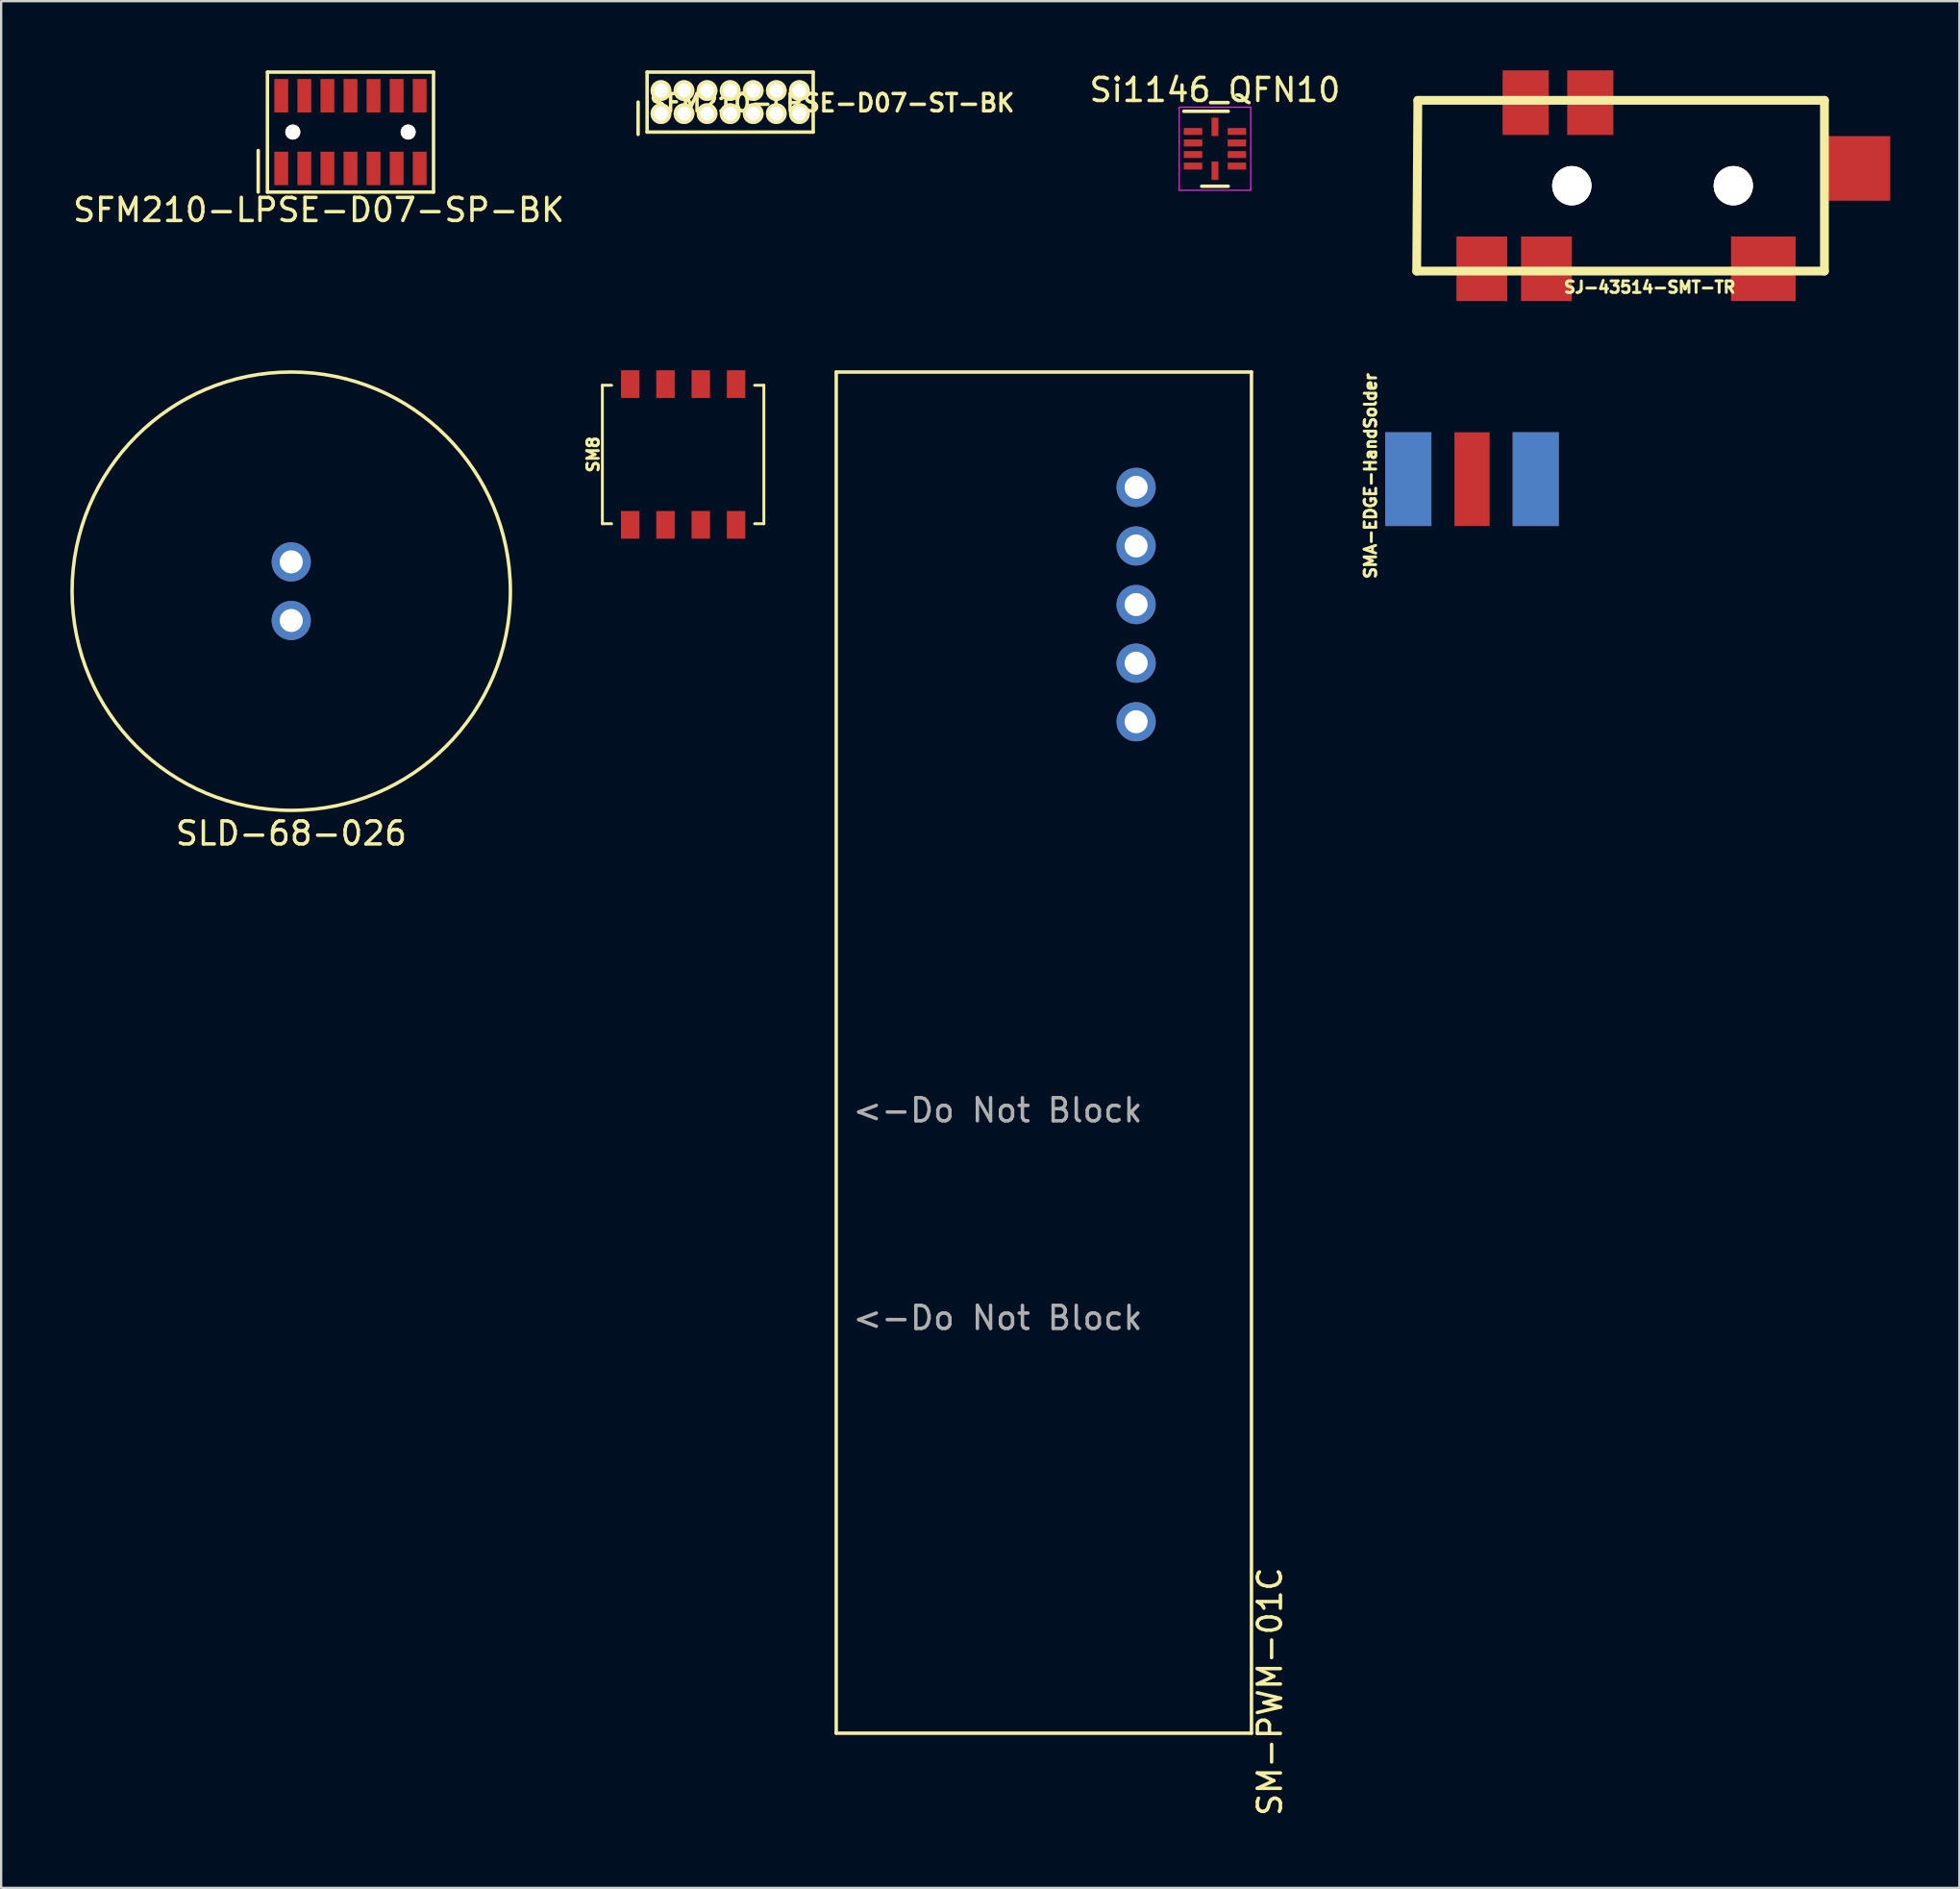
<source format=kicad_pcb>
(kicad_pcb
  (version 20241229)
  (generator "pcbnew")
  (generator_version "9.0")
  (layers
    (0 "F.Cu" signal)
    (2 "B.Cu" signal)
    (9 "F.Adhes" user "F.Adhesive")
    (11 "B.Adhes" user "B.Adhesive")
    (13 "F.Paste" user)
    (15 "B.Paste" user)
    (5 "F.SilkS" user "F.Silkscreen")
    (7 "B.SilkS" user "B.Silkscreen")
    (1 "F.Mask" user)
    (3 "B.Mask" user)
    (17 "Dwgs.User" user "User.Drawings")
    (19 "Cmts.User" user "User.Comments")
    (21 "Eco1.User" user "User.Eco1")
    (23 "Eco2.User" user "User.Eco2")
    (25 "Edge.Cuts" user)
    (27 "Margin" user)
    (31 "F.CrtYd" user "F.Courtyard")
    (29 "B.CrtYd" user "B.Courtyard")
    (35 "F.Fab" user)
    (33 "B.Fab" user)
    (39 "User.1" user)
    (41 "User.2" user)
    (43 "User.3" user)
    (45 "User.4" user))
  (footprint "SFM210-LPSE-D07-ST-BK"
    (layer "F.Cu")
    (at 28.601 1.375)
    (property "Reference" "SFM210-LPSE-D07-ST-BK" (at 4.42 0.04 0) (layer "F.SilkS") (effects (font (size 0.75 0.75) (thickness 0.15))))
    (attr through_hole)
    (fp_line (start -3.99 0) (end -3.99 1.4) (stroke (width 0.15) (type solid)) (layer "F.SilkS"))
    (fp_line (start -3.6 -1.3) (end -3.6 1.3) (stroke (width 0.15) (type solid)) (layer "F.SilkS"))
    (fp_line (start -3.6 1.3) (end 3.6 1.3) (stroke (width 0.15) (type solid)) (layer "F.SilkS"))
    (fp_line (start 3.6 -1.3) (end -3.6 -1.3) (stroke (width 0.15) (type solid)) (layer "F.SilkS"))
    (fp_line (start 3.6 1.3) (end 3.6 -1.3) (stroke (width 0.15) (type solid)) (layer "F.SilkS"))
    (pad "1" thru_hole circle (at -3 0.5) (size 0.9 0.9) (drill 0.6) (layers "*.Cu" "*.Mask" "F.SilkS"))
    (pad "2" thru_hole circle (at -3 -0.5) (size 0.9 0.9) (drill 0.6) (layers "*.Cu" "*.Mask" "F.SilkS"))
    (pad "3" thru_hole circle (at -2 0.5) (size 0.9 0.9) (drill 0.6) (layers "*.Cu" "*.Mask" "F.SilkS"))
    (pad "4" thru_hole circle (at -2 -0.5) (size 0.9 0.9) (drill 0.6) (layers "*.Cu" "*.Mask" "F.SilkS"))
    (pad "5" thru_hole circle (at -1 0.5) (size 0.9 0.9) (drill 0.6) (layers "*.Cu" "*.Mask" "F.SilkS"))
    (pad "6" thru_hole circle (at -1 -0.5) (size 0.9 0.9) (drill 0.6) (layers "*.Cu" "*.Mask" "F.SilkS"))
    (pad "7" thru_hole circle (at 0 0.5) (size 0.9 0.9) (drill 0.6) (layers "*.Cu" "*.Mask" "F.SilkS"))
    (pad "8" thru_hole circle (at 0 -0.5) (size 0.9 0.9) (drill 0.6) (layers "*.Cu" "*.Mask" "F.SilkS"))
    (pad "9" thru_hole circle (at 1 0.5) (size 0.9 0.9) (drill 0.6) (layers "*.Cu" "*.Mask" "F.SilkS"))
    (pad "10" thru_hole circle (at 1 -0.5) (size 0.9 0.9) (drill 0.6) (layers "*.Cu" "*.Mask" "F.SilkS"))
    (pad "11" thru_hole circle (at 2 0.5) (size 0.9 0.9) (drill 0.6) (layers "*.Cu" "*.Mask" "F.SilkS"))
    (pad "12" thru_hole circle (at 2 -0.5) (size 0.9 0.9) (drill 0.6) (layers "*.Cu" "*.Mask" "F.SilkS"))
    (pad "13" thru_hole circle (at 3 0.5) (size 0.9 0.9) (drill 0.6) (layers "*.Cu" "*.Mask" "F.SilkS"))
    (pad "14" thru_hole circle (at 3 -0.5) (size 0.9 0.9) (drill 0.6) (layers "*.Cu" "*.Mask" "F.SilkS")))
  (footprint "SM-PWM-01C"
    (layer "F.Cu")
    (at 46.199 18.075)
    (property "Reference" "SM-PWM-01C" (at 5.8 52.2 270) (layer "F.SilkS") (effects (font (size 1 1) (thickness 0.15))))
    (attr through_hole)
    (fp_line (start -13 -5) (end -13 54) (stroke (width 0.15) (type solid)) (layer "F.SilkS"))
    (fp_line (start -13 54) (end 5 54) (stroke (width 0.15) (type solid)) (layer "F.SilkS"))
    (fp_line (start 5 -5) (end -13 -5) (stroke (width 0.15) (type solid)) (layer "F.SilkS"))
    (fp_line (start 5 54) (end 5 -5) (stroke (width 0.15) (type solid)) (layer "F.SilkS"))
    (fp_text user "<-Do Not Block" (at -6 36 0) (layer "F.Fab") (effects (font (size 1 1) (thickness 0.15))))
    (fp_text user "<-Do Not Block" (at -6 27 0) (layer "F.Fab") (effects (font (size 1 1) (thickness 0.15))))
    (pad "1" thru_hole circle (at 0 0) (size 1.7 1.7) (drill 1) (layers "*.Cu" "*.Mask"))
    (pad "2" thru_hole circle (at 0 2.54) (size 1.7 1.7) (drill 1) (layers "*.Cu" "*.Mask"))
    (pad "3" thru_hole circle (at 0 5.08) (size 1.7 1.7) (drill 1) (layers "*.Cu" "*.Mask"))
    (pad "4" thru_hole circle (at 0 7.62) (size 1.7 1.7) (drill 1) (layers "*.Cu" "*.Mask"))
    (pad "5" thru_hole circle (at 0 10.16) (size 1.7 1.7) (drill 1) (layers "*.Cu" "*.Mask")))
  (footprint "Si1146_QFN10"
    (layer "F.Cu")
    (at 49.617 3.398)
    (property "Reference" "Si1146_QFN10" (at 0 -2.55 0) (layer "F.SilkS") (effects (font (size 1 1) (thickness 0.15))))
    (attr smd)
    (fp_line (start -1.35 -1.625) (end 0.575 -1.625) (stroke (width 0.15) (type solid)) (layer "F.SilkS"))
    (fp_line (start -0.575 1.625) (end 0.575 1.625) (stroke (width 0.15) (type solid)) (layer "F.SilkS"))
    (fp_line (start -1.55 -1.8) (end -1.55 1.8) (stroke (width 0.05) (type solid)) (layer "F.CrtYd"))
    (fp_line (start -1.55 -1.8) (end 1.55 -1.8) (stroke (width 0.05) (type solid)) (layer "F.CrtYd"))
    (fp_line (start -1.55 1.8) (end 1.55 1.8) (stroke (width 0.05) (type solid)) (layer "F.CrtYd"))
    (fp_line (start 1.55 -1.8) (end 1.55 1.8) (stroke (width 0.05) (type solid)) (layer "F.CrtYd"))
    (pad "1" smd rect (at -0.95 -0.75) (size 0.8 0.3) (layers "F.Cu" "F.Mask" "F.Paste"))
    (pad "2" smd rect (at -0.95 -0.25) (size 0.8 0.3) (layers "F.Cu" "F.Mask" "F.Paste"))
    (pad "3" smd rect (at -0.95 0.25) (size 0.8 0.3) (layers "F.Cu" "F.Mask" "F.Paste"))
    (pad "4" smd rect (at -0.95 0.75) (size 0.8 0.3) (layers "F.Cu" "F.Mask" "F.Paste"))
    (pad "5" smd rect (at 0 0.95) (size 0.3 0.8) (layers "F.Cu" "F.Mask" "F.Paste"))
    (pad "6" smd rect (at 0.95 0.75) (size 0.8 0.3) (layers "F.Cu" "F.Mask" "F.Paste"))
    (pad "7" smd rect (at 0.95 0.25) (size 0.8 0.3) (layers "F.Cu" "F.Mask" "F.Paste"))
    (pad "8" smd rect (at 0.95 -0.25) (size 0.8 0.3) (layers "F.Cu" "F.Mask" "F.Paste"))
    (pad "9" smd rect (at 0.95 -0.75) (size 0.8 0.3) (layers "F.Cu" "F.Mask" "F.Paste"))
    (pad "10" smd rect (at 0 -0.95) (size 0.3 0.8) (layers "F.Cu" "F.Mask" "F.Paste")))
  (footprint "SMA-EDGE-HandSolder"
    (layer "F.Cu")
    (at 60.76 17.718)
    (property "Reference" "SMA-EDGE-HandSolder" (at -4.4 -0.14 90) (layer "F.SilkS") (effects (font (size 0.5 0.5) (thickness 0.125))))
    (attr smd)
    (pad "GND" smd rect (at -2.762 0) (size 2 4.064) (layers "F.Cu" "F.Mask"))
    (pad "GND" smd rect (at -2.762 0) (size 2 4.064) (layers "B.Cu" "B.Mask"))
    (pad "GND" smd rect (at 2.762 0) (size 2 4.064) (layers "F.Cu" "F.Mask"))
    (pad "GND" smd rect (at 2.762 0) (size 2 4.064) (layers "B.Cu" "B.Mask"))
    (pad "SIG" smd rect (at 0 0) (size 1.524 4.064) (layers "F.Cu" "F.Mask")))
  (footprint "SLD-68-026"
    (layer "F.Cu")
    (at 9.575 22.575)
    (property "Reference" "SLD-68-026" (at 0 10.5 0) (layer "F.SilkS") (effects (font (size 1 1) (thickness 0.15))))
    (attr through_hole)
    (fp_circle (center 0 0) (end 9.5 0) (stroke (width 0.15) (type solid)) (fill no) (layer "F.SilkS"))
    (pad "1" thru_hole circle (at 0 -1.27) (size 1.7 1.7) (drill 1) (layers "*.Cu" "*.Mask"))
    (pad "2" thru_hole circle (at 0 1.27) (size 1.7 1.7) (drill 1) (layers "*.Cu" "*.Mask")))
  (footprint "SJ-43514-SMT-TR"
    (layer "F.Cu")
    (at 60.586 5)
    (property "Reference" "SJ-43514-SMT-TR" (at 7.875 4.4 0) (layer "F.SilkS") (effects (font (size 0.5 0.5) (thickness 0.125))))
    (attr through_hole)
    (fp_line (start -2.225 3.7) (end 15.45 3.7) (stroke (width 0.381) (type solid)) (layer "F.SilkS"))
    (fp_line (start -2.175 -3.7) (end -2.225 3.7) (stroke (width 0.381) (type solid)) (layer "F.SilkS"))
    (fp_line (start 15.45 -3.7) (end -2.175 -3.7) (stroke (width 0.381) (type solid)) (layer "F.SilkS"))
    (fp_line (start 15.45 3.7) (end 15.45 -3.7) (stroke (width 0.381) (type solid)) (layer "F.SilkS"))
    (pad "1" smd rect (at 0.6 3.6) (size 2.2 2.8) (layers "F.Cu" "F.Mask" "F.Paste"))
    (pad "2" smd rect (at 12.8 3.6) (size 2.8 2.8) (layers "F.Cu" "F.Mask" "F.Paste"))
    (pad "3" smd rect (at 5.3 -3.6) (size 2 2.8) (layers "F.Cu" "F.Mask" "F.Paste"))
    (pad "4" smd rect (at 3.4 3.6) (size 2.2 2.8) (layers "F.Cu" "F.Mask" "F.Paste"))
    (pad "5" smd rect (at 16.9 -0.75) (size 2.8 2.8) (layers "F.Cu" "F.Mask" "F.Paste"))
    (pad "6" smd rect (at 2.5 -3.6) (size 2 2.8) (layers "F.Cu" "F.Mask" "F.Paste"))
    (pad "NC" thru_hole circle (at 4.5 0) (size 1.7 1.7) (drill 1.7) (layers "*.Cu" "*.Mask" "F.SilkS"))
    (pad "NC" thru_hole circle (at 11.5 0) (size 1.7 1.7) (drill 1.7) (layers "*.Cu" "*.Mask" "F.SilkS")))
  (footprint "SM8"
    (layer "F.Cu")
    (at 26.562 16.65)
    (property "Reference" "SM8" (at -3.9 0 90) (layer "F.SilkS") (effects (font (size 0.5 0.5) (thickness 0.125))))
    (attr through_hole)
    (fp_line (start -3.5 -3) (end -3.5 3) (stroke (width 0.125) (type solid)) (layer "F.SilkS"))
    (fp_line (start -3.5 3) (end -3.1 3) (stroke (width 0.125) (type solid)) (layer "F.SilkS"))
    (fp_line (start -3.1 -3) (end -3.5 -3) (stroke (width 0.125) (type solid)) (layer "F.SilkS"))
    (fp_line (start 3.1 -3) (end 3.5 -3) (stroke (width 0.125) (type solid)) (layer "F.SilkS"))
    (fp_line (start 3.5 -3) (end 3.5 3) (stroke (width 0.125) (type solid)) (layer "F.SilkS"))
    (fp_line (start 3.5 3) (end 3.1 3) (stroke (width 0.125) (type solid)) (layer "F.SilkS"))
    (pad "1" smd rect (at -2.295 3.05) (size 0.8 1.2) (layers "F.Cu" "F.Mask" "F.Paste"))
    (pad "2" smd rect (at -0.765 3.05) (size 0.8 1.2) (layers "F.Cu" "F.Mask" "F.Paste"))
    (pad "3" smd rect (at 0.765 3.05) (size 0.8 1.2) (layers "F.Cu" "F.Mask" "F.Paste"))
    (pad "4" smd rect (at 2.295 3.05) (size 0.8 1.2) (layers "F.Cu" "F.Mask" "F.Paste"))
    (pad "5" smd rect (at 2.295 -3.05) (size 0.8 1.2) (layers "F.Cu" "F.Mask" "F.Paste"))
    (pad "6" smd rect (at 0.765 -3.05) (size 0.8 1.2) (layers "F.Cu" "F.Mask" "F.Paste"))
    (pad "7" smd rect (at -0.765 -3.05) (size 0.8 1.2) (layers "F.Cu" "F.Mask" "F.Paste"))
    (pad "8" smd rect (at -2.295 -3.05) (size 0.8 1.2) (layers "F.Cu" "F.Mask" "F.Paste")))
  (footprint "SFM210-LPSE-D07-SP-BK"
    (layer "F.Cu")
    (at 12.143 2.675)
    (property "Reference" "SFM210-LPSE-D07-SP-BK" (at -1.375 3.375 0) (layer "F.SilkS") (effects (font (size 1 1) (thickness 0.15))))
    (attr through_hole)
    (fp_line (start -4 0.8) (end -4 2.6) (stroke (width 0.15) (type solid)) (layer "F.SilkS"))
    (fp_line (start -3.6 -2.6) (end -3.6 2.6) (stroke (width 0.15) (type solid)) (layer "F.SilkS"))
    (fp_line (start -3.6 2.6) (end 3.6 2.6) (stroke (width 0.15) (type solid)) (layer "F.SilkS"))
    (fp_line (start 3.6 -2.6) (end -3.6 -2.6) (stroke (width 0.15) (type solid)) (layer "F.SilkS"))
    (fp_line (start 3.6 2.6) (end 3.6 -2.6) (stroke (width 0.15) (type solid)) (layer "F.SilkS"))
    (pad "" np_thru_hole circle (at -2.5 0) (size 0.65 0.65) (drill 0.65) (layers "*.Cu" "*.Mask" "F.SilkS"))
    (pad "" np_thru_hole circle (at 2.5 0) (size 0.65 0.65) (drill 0.65) (layers "*.Cu" "*.Mask" "F.SilkS"))
    (pad "1" smd rect (at -3 1.575) (size 0.6 1.45) (layers "F.Cu" "F.Mask" "F.Paste"))
    (pad "2" smd rect (at -3 -1.575) (size 0.6 1.45) (layers "F.Cu" "F.Mask" "F.Paste"))
    (pad "3" smd rect (at -2 1.575) (size 0.6 1.45) (layers "F.Cu" "F.Mask" "F.Paste"))
    (pad "4" smd rect (at -2 -1.575) (size 0.6 1.45) (layers "F.Cu" "F.Mask" "F.Paste"))
    (pad "5" smd rect (at -1 1.575) (size 0.6 1.45) (layers "F.Cu" "F.Mask" "F.Paste"))
    (pad "6" smd rect (at -1 -1.575) (size 0.6 1.45) (layers "F.Cu" "F.Mask" "F.Paste"))
    (pad "7" smd rect (at 0 1.575) (size 0.6 1.45) (layers "F.Cu" "F.Mask" "F.Paste"))
    (pad "8" smd rect (at 0 -1.575) (size 0.6 1.45) (layers "F.Cu" "F.Mask" "F.Paste"))
    (pad "9" smd rect (at 1 1.575) (size 0.6 1.45) (layers "F.Cu" "F.Mask" "F.Paste"))
    (pad "10" smd rect (at 1 -1.575) (size 0.6 1.45) (layers "F.Cu" "F.Mask" "F.Paste"))
    (pad "11" smd rect (at 2 1.575) (size 0.6 1.45) (layers "F.Cu" "F.Mask" "F.Paste"))
    (pad "12" smd rect (at 2 -1.575) (size 0.6 1.45) (layers "F.Cu" "F.Mask" "F.Paste"))
    (pad "13" smd rect (at 3 1.575) (size 0.6 1.45) (layers "F.Cu" "F.Mask" "F.Paste"))
    (pad "14" smd rect (at 3 -1.575) (size 0.6 1.45) (layers "F.Cu" "F.Mask" "F.Paste")))
  (gr_rect
    (start -3 -3)
    (end 81.886 78.781)
    (stroke (width 0.1) (type default))
    (fill no)
    (layer "Edge.Cuts")))
</source>
